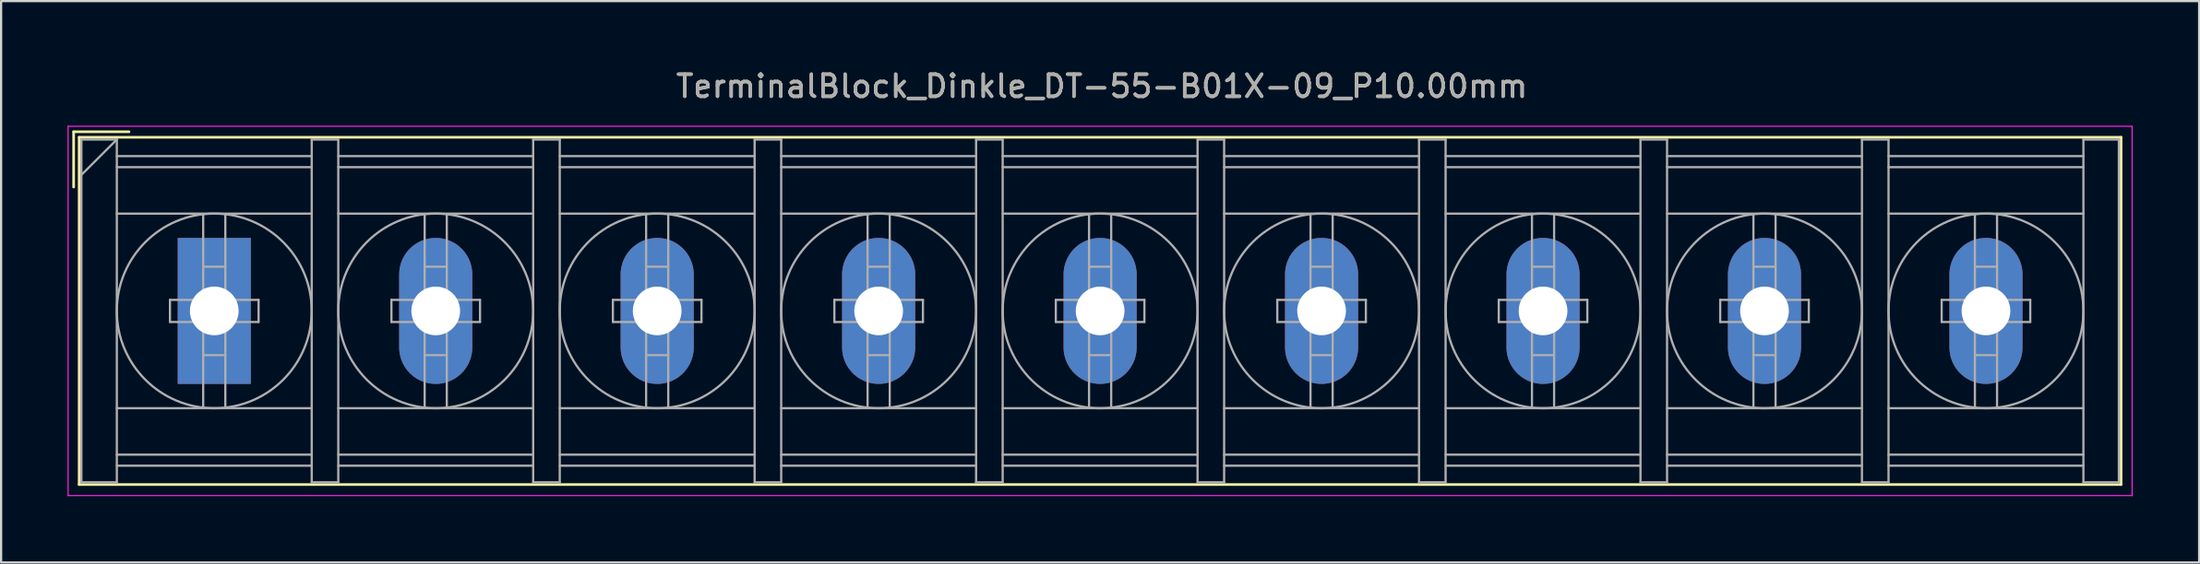
<source format=kicad_pcb>
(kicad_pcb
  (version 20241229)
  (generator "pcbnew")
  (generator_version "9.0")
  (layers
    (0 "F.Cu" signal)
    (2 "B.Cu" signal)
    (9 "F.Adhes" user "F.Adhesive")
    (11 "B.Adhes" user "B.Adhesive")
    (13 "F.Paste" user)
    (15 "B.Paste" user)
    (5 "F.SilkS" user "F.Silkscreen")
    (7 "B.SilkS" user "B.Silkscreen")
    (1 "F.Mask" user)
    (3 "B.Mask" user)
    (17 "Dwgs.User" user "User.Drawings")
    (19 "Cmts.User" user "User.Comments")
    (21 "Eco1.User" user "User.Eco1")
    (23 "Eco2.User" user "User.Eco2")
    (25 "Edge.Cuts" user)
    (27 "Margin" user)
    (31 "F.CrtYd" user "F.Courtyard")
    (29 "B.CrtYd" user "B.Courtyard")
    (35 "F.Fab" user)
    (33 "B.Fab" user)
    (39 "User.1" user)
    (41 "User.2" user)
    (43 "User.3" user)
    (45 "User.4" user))
  (footprint "TerminalBlock_Dinkle_DT-55-B01X-09_P10.00mm"
    (layer "F.Cu")
    (at 6.625 11.008)
    (property "Reference" "TerminalBlock_Dinkle_DT-55-B01X-09_P10.00mm" (at 40.08 -10.16 0) (layer "F.SilkS") (effects (font (size 1 1) (thickness 0.15))))
    (attr through_hole)
    (fp_line (start -6.35 -8.1) (end -3.85 -8.1) (stroke (width 0.12) (type solid)) (layer "F.SilkS"))
    (fp_line (start -6.35 -5.6) (end -6.35 -8.1) (stroke (width 0.12) (type solid)) (layer "F.SilkS"))
    (fp_line (start -6.1 -7.85) (end 86.1 -7.85) (stroke (width 0.12) (type solid)) (layer "F.SilkS"))
    (fp_line (start -6.1 7.85) (end -6.1 -7.85) (stroke (width 0.12) (type solid)) (layer "F.SilkS"))
    (fp_line (start -6.1 7.85) (end 86.1 7.85) (stroke (width 0.12) (type solid)) (layer "F.SilkS"))
    (fp_line (start 86.1 -7.85) (end 86.1 7.85) (stroke (width 0.12) (type solid)) (layer "F.SilkS"))
    (fp_line (start -6.6 -8.35) (end 86.6 -8.35) (stroke (width 0.05) (type solid)) (layer "F.CrtYd"))
    (fp_line (start -6.6 8.35) (end -6.6 -8.35) (stroke (width 0.05) (type solid)) (layer "F.CrtYd"))
    (fp_line (start -6.6 8.35) (end 86.6 8.35) (stroke (width 0.05) (type solid)) (layer "F.CrtYd"))
    (fp_line (start 86.6 -8.35) (end 86.6 8.35) (stroke (width 0.05) (type solid)) (layer "F.CrtYd"))
    (fp_line (start -6 -7.75) (end -6 7.75) (stroke (width 0.1) (type solid)) (layer "F.Fab"))
    (fp_line (start -6 -7.75) (end -4.4 -7.75) (stroke (width 0.1) (type solid)) (layer "F.Fab"))
    (fp_line (start -6 7.75) (end -4.4 7.75) (stroke (width 0.1) (type solid)) (layer "F.Fab"))
    (fp_line (start -4.4 -7.75) (end -6 -6.15) (stroke (width 0.1) (type solid)) (layer "F.Fab"))
    (fp_line (start -4.4 -7.75) (end -4.4 7.75) (stroke (width 0.1) (type solid)) (layer "F.Fab"))
    (fp_line (start -4.4 -7) (end 4.4 -7) (stroke (width 0.1) (type solid)) (layer "F.Fab"))
    (fp_line (start -4.4 -6.5) (end 4.4 -6.5) (stroke (width 0.1) (type solid)) (layer "F.Fab"))
    (fp_line (start -4.4 -4.4) (end 4.4 -4.4) (stroke (width 0.1) (type solid)) (layer "F.Fab"))
    (fp_line (start -4.4 4.4) (end 4.4 4.4) (stroke (width 0.1) (type solid)) (layer "F.Fab"))
    (fp_line (start -4.4 6.5) (end 4.4 6.5) (stroke (width 0.1) (type solid)) (layer "F.Fab"))
    (fp_line (start -4.4 7) (end 4.4 7) (stroke (width 0.1) (type solid)) (layer "F.Fab"))
    (fp_line (start -2 -0.5) (end -2 0.5) (stroke (width 0.1) (type solid)) (layer "F.Fab"))
    (fp_line (start -2 0.5) (end -0.5 0.5) (stroke (width 0.1) (type solid)) (layer "F.Fab"))
    (fp_line (start -0.5 -4.35) (end -0.5 -0.5) (stroke (width 0.1) (type solid)) (layer "F.Fab"))
    (fp_line (start -0.5 -2) (end 0.5 -2) (stroke (width 0.1) (type solid)) (layer "F.Fab"))
    (fp_line (start -0.5 -0.5) (end -2 -0.5) (stroke (width 0.1) (type solid)) (layer "F.Fab"))
    (fp_line (start -0.5 0.5) (end -0.5 4.35) (stroke (width 0.1) (type solid)) (layer "F.Fab"))
    (fp_line (start -0.5 2) (end 0.5 2) (stroke (width 0.1) (type solid)) (layer "F.Fab"))
    (fp_line (start 0.5 -4.35) (end 0.5 -0.5) (stroke (width 0.1) (type solid)) (layer "F.Fab"))
    (fp_line (start 0.5 -0.5) (end 2 -0.5) (stroke (width 0.1) (type solid)) (layer "F.Fab"))
    (fp_line (start 0.5 0.5) (end 0.5 4.35) (stroke (width 0.1) (type solid)) (layer "F.Fab"))
    (fp_line (start 2 -0.5) (end 2 0.5) (stroke (width 0.1) (type solid)) (layer "F.Fab"))
    (fp_line (start 2 0.5) (end 0.5 0.5) (stroke (width 0.1) (type solid)) (layer "F.Fab"))
    (fp_line (start 4.4 -7.75) (end 4.4 7.75) (stroke (width 0.1) (type solid)) (layer "F.Fab"))
    (fp_line (start 4.4 -7.75) (end 5.6 -7.75) (stroke (width 0.1) (type solid)) (layer "F.Fab"))
    (fp_line (start 4.4 7.75) (end 5.6 7.75) (stroke (width 0.1) (type solid)) (layer "F.Fab"))
    (fp_line (start 5.6 -7.75) (end 5.6 7.75) (stroke (width 0.1) (type solid)) (layer "F.Fab"))
    (fp_line (start 5.6 -7) (end 14.4 -7) (stroke (width 0.1) (type solid)) (layer "F.Fab"))
    (fp_line (start 5.6 -6.5) (end 14.4 -6.5) (stroke (width 0.1) (type solid)) (layer "F.Fab"))
    (fp_line (start 5.6 -4.4) (end 14.4 -4.4) (stroke (width 0.1) (type solid)) (layer "F.Fab"))
    (fp_line (start 5.6 4.4) (end 14.4 4.4) (stroke (width 0.1) (type solid)) (layer "F.Fab"))
    (fp_line (start 5.6 6.5) (end 14.4 6.5) (stroke (width 0.1) (type solid)) (layer "F.Fab"))
    (fp_line (start 5.6 7) (end 14.4 7) (stroke (width 0.1) (type solid)) (layer "F.Fab"))
    (fp_line (start 8 -0.5) (end 8 0.5) (stroke (width 0.1) (type solid)) (layer "F.Fab"))
    (fp_line (start 8 0.5) (end 9.5 0.5) (stroke (width 0.1) (type solid)) (layer "F.Fab"))
    (fp_line (start 9.5 -4.35) (end 9.5 -0.5) (stroke (width 0.1) (type solid)) (layer "F.Fab"))
    (fp_line (start 9.5 -2) (end 10.5 -2) (stroke (width 0.1) (type solid)) (layer "F.Fab"))
    (fp_line (start 9.5 -0.5) (end 8 -0.5) (stroke (width 0.1) (type solid)) (layer "F.Fab"))
    (fp_line (start 9.5 0.5) (end 9.5 4.35) (stroke (width 0.1) (type solid)) (layer "F.Fab"))
    (fp_line (start 9.5 2) (end 10.5 2) (stroke (width 0.1) (type solid)) (layer "F.Fab"))
    (fp_line (start 10.5 -4.35) (end 10.5 -0.5) (stroke (width 0.1) (type solid)) (layer "F.Fab"))
    (fp_line (start 10.5 -0.5) (end 12 -0.5) (stroke (width 0.1) (type solid)) (layer "F.Fab"))
    (fp_line (start 10.5 0.5) (end 10.5 4.35) (stroke (width 0.1) (type solid)) (layer "F.Fab"))
    (fp_line (start 12 -0.5) (end 12 0.5) (stroke (width 0.1) (type solid)) (layer "F.Fab"))
    (fp_line (start 12 0.5) (end 10.5 0.5) (stroke (width 0.1) (type solid)) (layer "F.Fab"))
    (fp_line (start 14.4 -7.75) (end 14.4 7.75) (stroke (width 0.1) (type solid)) (layer "F.Fab"))
    (fp_line (start 14.4 -7.75) (end 15.6 -7.75) (stroke (width 0.1) (type solid)) (layer "F.Fab"))
    (fp_line (start 14.4 7.75) (end 15.6 7.75) (stroke (width 0.1) (type solid)) (layer "F.Fab"))
    (fp_line (start 15.6 -7.75) (end 15.6 7.75) (stroke (width 0.1) (type solid)) (layer "F.Fab"))
    (fp_line (start 15.6 -7) (end 24.4 -7) (stroke (width 0.1) (type solid)) (layer "F.Fab"))
    (fp_line (start 15.6 -6.5) (end 24.4 -6.5) (stroke (width 0.1) (type solid)) (layer "F.Fab"))
    (fp_line (start 15.6 -4.4) (end 24.4 -4.4) (stroke (width 0.1) (type solid)) (layer "F.Fab"))
    (fp_line (start 15.6 4.4) (end 24.4 4.4) (stroke (width 0.1) (type solid)) (layer "F.Fab"))
    (fp_line (start 15.6 6.5) (end 24.4 6.5) (stroke (width 0.1) (type solid)) (layer "F.Fab"))
    (fp_line (start 15.6 7) (end 24.4 7) (stroke (width 0.1) (type solid)) (layer "F.Fab"))
    (fp_line (start 18 -0.5) (end 18 0.5) (stroke (width 0.1) (type solid)) (layer "F.Fab"))
    (fp_line (start 18 0.5) (end 19.5 0.5) (stroke (width 0.1) (type solid)) (layer "F.Fab"))
    (fp_line (start 19.5 -4.35) (end 19.5 -0.5) (stroke (width 0.1) (type solid)) (layer "F.Fab"))
    (fp_line (start 19.5 -2) (end 20.5 -2) (stroke (width 0.1) (type solid)) (layer "F.Fab"))
    (fp_line (start 19.5 -0.5) (end 18 -0.5) (stroke (width 0.1) (type solid)) (layer "F.Fab"))
    (fp_line (start 19.5 0.5) (end 19.5 4.35) (stroke (width 0.1) (type solid)) (layer "F.Fab"))
    (fp_line (start 19.5 2) (end 20.5 2) (stroke (width 0.1) (type solid)) (layer "F.Fab"))
    (fp_line (start 20.5 -4.35) (end 20.5 -0.5) (stroke (width 0.1) (type solid)) (layer "F.Fab"))
    (fp_line (start 20.5 -0.5) (end 22 -0.5) (stroke (width 0.1) (type solid)) (layer "F.Fab"))
    (fp_line (start 20.5 0.5) (end 20.5 4.35) (stroke (width 0.1) (type solid)) (layer "F.Fab"))
    (fp_line (start 22 -0.5) (end 22 0.5) (stroke (width 0.1) (type solid)) (layer "F.Fab"))
    (fp_line (start 22 0.5) (end 20.5 0.5) (stroke (width 0.1) (type solid)) (layer "F.Fab"))
    (fp_line (start 24.4 -7.75) (end 24.4 7.75) (stroke (width 0.1) (type solid)) (layer "F.Fab"))
    (fp_line (start 24.4 -7.75) (end 25.6 -7.75) (stroke (width 0.1) (type solid)) (layer "F.Fab"))
    (fp_line (start 24.4 7.75) (end 25.6 7.75) (stroke (width 0.1) (type solid)) (layer "F.Fab"))
    (fp_line (start 25.6 -7.75) (end 25.6 7.75) (stroke (width 0.1) (type solid)) (layer "F.Fab"))
    (fp_line (start 25.6 -7) (end 34.4 -7) (stroke (width 0.1) (type solid)) (layer "F.Fab"))
    (fp_line (start 25.6 -6.5) (end 34.4 -6.5) (stroke (width 0.1) (type solid)) (layer "F.Fab"))
    (fp_line (start 25.6 -4.4) (end 34.4 -4.4) (stroke (width 0.1) (type solid)) (layer "F.Fab"))
    (fp_line (start 25.6 4.4) (end 34.4 4.4) (stroke (width 0.1) (type solid)) (layer "F.Fab"))
    (fp_line (start 25.6 6.5) (end 34.4 6.5) (stroke (width 0.1) (type solid)) (layer "F.Fab"))
    (fp_line (start 25.6 7) (end 34.4 7) (stroke (width 0.1) (type solid)) (layer "F.Fab"))
    (fp_line (start 28 -0.5) (end 28 0.5) (stroke (width 0.1) (type solid)) (layer "F.Fab"))
    (fp_line (start 28 0.5) (end 29.5 0.5) (stroke (width 0.1) (type solid)) (layer "F.Fab"))
    (fp_line (start 29.5 -4.35) (end 29.5 -0.5) (stroke (width 0.1) (type solid)) (layer "F.Fab"))
    (fp_line (start 29.5 -2) (end 30.5 -2) (stroke (width 0.1) (type solid)) (layer "F.Fab"))
    (fp_line (start 29.5 -0.5) (end 28 -0.5) (stroke (width 0.1) (type solid)) (layer "F.Fab"))
    (fp_line (start 29.5 0.5) (end 29.5 4.35) (stroke (width 0.1) (type solid)) (layer "F.Fab"))
    (fp_line (start 29.5 2) (end 30.5 2) (stroke (width 0.1) (type solid)) (layer "F.Fab"))
    (fp_line (start 30.5 -4.35) (end 30.5 -0.5) (stroke (width 0.1) (type solid)) (layer "F.Fab"))
    (fp_line (start 30.5 -0.5) (end 32 -0.5) (stroke (width 0.1) (type solid)) (layer "F.Fab"))
    (fp_line (start 30.5 0.5) (end 30.5 4.35) (stroke (width 0.1) (type solid)) (layer "F.Fab"))
    (fp_line (start 32 -0.5) (end 32 0.5) (stroke (width 0.1) (type solid)) (layer "F.Fab"))
    (fp_line (start 32 0.5) (end 30.5 0.5) (stroke (width 0.1) (type solid)) (layer "F.Fab"))
    (fp_line (start 34.4 -7.75) (end 34.4 7.75) (stroke (width 0.1) (type solid)) (layer "F.Fab"))
    (fp_line (start 34.4 -7.75) (end 35.6 -7.75) (stroke (width 0.1) (type solid)) (layer "F.Fab"))
    (fp_line (start 34.4 7.75) (end 35.6 7.75) (stroke (width 0.1) (type solid)) (layer "F.Fab"))
    (fp_line (start 35.6 -7.75) (end 35.6 7.75) (stroke (width 0.1) (type solid)) (layer "F.Fab"))
    (fp_line (start 35.6 -7) (end 44.4 -7) (stroke (width 0.1) (type solid)) (layer "F.Fab"))
    (fp_line (start 35.6 -6.5) (end 44.4 -6.5) (stroke (width 0.1) (type solid)) (layer "F.Fab"))
    (fp_line (start 35.6 -4.4) (end 44.4 -4.4) (stroke (width 0.1) (type solid)) (layer "F.Fab"))
    (fp_line (start 35.6 4.4) (end 44.4 4.4) (stroke (width 0.1) (type solid)) (layer "F.Fab"))
    (fp_line (start 35.6 6.5) (end 44.4 6.5) (stroke (width 0.1) (type solid)) (layer "F.Fab"))
    (fp_line (start 35.6 7) (end 44.4 7) (stroke (width 0.1) (type solid)) (layer "F.Fab"))
    (fp_line (start 38 -0.5) (end 38 0.5) (stroke (width 0.1) (type solid)) (layer "F.Fab"))
    (fp_line (start 38 0.5) (end 39.5 0.5) (stroke (width 0.1) (type solid)) (layer "F.Fab"))
    (fp_line (start 39.5 -4.35) (end 39.5 -0.5) (stroke (width 0.1) (type solid)) (layer "F.Fab"))
    (fp_line (start 39.5 -2) (end 40.5 -2) (stroke (width 0.1) (type solid)) (layer "F.Fab"))
    (fp_line (start 39.5 -0.5) (end 38 -0.5) (stroke (width 0.1) (type solid)) (layer "F.Fab"))
    (fp_line (start 39.5 0.5) (end 39.5 4.35) (stroke (width 0.1) (type solid)) (layer "F.Fab"))
    (fp_line (start 39.5 2) (end 40.5 2) (stroke (width 0.1) (type solid)) (layer "F.Fab"))
    (fp_line (start 40.5 -4.35) (end 40.5 -0.5) (stroke (width 0.1) (type solid)) (layer "F.Fab"))
    (fp_line (start 40.5 -0.5) (end 42 -0.5) (stroke (width 0.1) (type solid)) (layer "F.Fab"))
    (fp_line (start 40.5 0.5) (end 40.5 4.35) (stroke (width 0.1) (type solid)) (layer "F.Fab"))
    (fp_line (start 42 -0.5) (end 42 0.5) (stroke (width 0.1) (type solid)) (layer "F.Fab"))
    (fp_line (start 42 0.5) (end 40.5 0.5) (stroke (width 0.1) (type solid)) (layer "F.Fab"))
    (fp_line (start 44.4 -7.75) (end 44.4 7.75) (stroke (width 0.1) (type solid)) (layer "F.Fab"))
    (fp_line (start 44.4 -7.75) (end 45.6 -7.75) (stroke (width 0.1) (type solid)) (layer "F.Fab"))
    (fp_line (start 44.4 7.75) (end 45.6 7.75) (stroke (width 0.1) (type solid)) (layer "F.Fab"))
    (fp_line (start 45.6 -7.75) (end 45.6 7.75) (stroke (width 0.1) (type solid)) (layer "F.Fab"))
    (fp_line (start 45.6 -7) (end 54.4 -7) (stroke (width 0.1) (type solid)) (layer "F.Fab"))
    (fp_line (start 45.6 -6.5) (end 54.4 -6.5) (stroke (width 0.1) (type solid)) (layer "F.Fab"))
    (fp_line (start 45.6 -4.4) (end 54.4 -4.4) (stroke (width 0.1) (type solid)) (layer "F.Fab"))
    (fp_line (start 45.6 4.4) (end 54.4 4.4) (stroke (width 0.1) (type solid)) (layer "F.Fab"))
    (fp_line (start 45.6 6.5) (end 54.4 6.5) (stroke (width 0.1) (type solid)) (layer "F.Fab"))
    (fp_line (start 45.6 7) (end 54.4 7) (stroke (width 0.1) (type solid)) (layer "F.Fab"))
    (fp_line (start 48 -0.5) (end 48 0.5) (stroke (width 0.1) (type solid)) (layer "F.Fab"))
    (fp_line (start 48 0.5) (end 49.5 0.5) (stroke (width 0.1) (type solid)) (layer "F.Fab"))
    (fp_line (start 49.5 -4.35) (end 49.5 -0.5) (stroke (width 0.1) (type solid)) (layer "F.Fab"))
    (fp_line (start 49.5 -2) (end 50.5 -2) (stroke (width 0.1) (type solid)) (layer "F.Fab"))
    (fp_line (start 49.5 -0.5) (end 48 -0.5) (stroke (width 0.1) (type solid)) (layer "F.Fab"))
    (fp_line (start 49.5 0.5) (end 49.5 4.35) (stroke (width 0.1) (type solid)) (layer "F.Fab"))
    (fp_line (start 49.5 2) (end 50.5 2) (stroke (width 0.1) (type solid)) (layer "F.Fab"))
    (fp_line (start 50.5 -4.35) (end 50.5 -0.5) (stroke (width 0.1) (type solid)) (layer "F.Fab"))
    (fp_line (start 50.5 -0.5) (end 52 -0.5) (stroke (width 0.1) (type solid)) (layer "F.Fab"))
    (fp_line (start 50.5 0.5) (end 50.5 4.35) (stroke (width 0.1) (type solid)) (layer "F.Fab"))
    (fp_line (start 52 -0.5) (end 52 0.5) (stroke (width 0.1) (type solid)) (layer "F.Fab"))
    (fp_line (start 52 0.5) (end 50.5 0.5) (stroke (width 0.1) (type solid)) (layer "F.Fab"))
    (fp_line (start 54.4 -7.75) (end 54.4 7.75) (stroke (width 0.1) (type solid)) (layer "F.Fab"))
    (fp_line (start 54.4 -7.75) (end 55.6 -7.75) (stroke (width 0.1) (type solid)) (layer "F.Fab"))
    (fp_line (start 54.4 7.75) (end 55.6 7.75) (stroke (width 0.1) (type solid)) (layer "F.Fab"))
    (fp_line (start 55.6 -7.75) (end 55.6 7.75) (stroke (width 0.1) (type solid)) (layer "F.Fab"))
    (fp_line (start 55.6 -7) (end 64.4 -7) (stroke (width 0.1) (type solid)) (layer "F.Fab"))
    (fp_line (start 55.6 -6.5) (end 64.4 -6.5) (stroke (width 0.1) (type solid)) (layer "F.Fab"))
    (fp_line (start 55.6 -4.4) (end 64.4 -4.4) (stroke (width 0.1) (type solid)) (layer "F.Fab"))
    (fp_line (start 55.6 4.4) (end 64.4 4.4) (stroke (width 0.1) (type solid)) (layer "F.Fab"))
    (fp_line (start 55.6 6.5) (end 64.4 6.5) (stroke (width 0.1) (type solid)) (layer "F.Fab"))
    (fp_line (start 55.6 7) (end 64.4 7) (stroke (width 0.1) (type solid)) (layer "F.Fab"))
    (fp_line (start 58 -0.5) (end 58 0.5) (stroke (width 0.1) (type solid)) (layer "F.Fab"))
    (fp_line (start 58 0.5) (end 59.5 0.5) (stroke (width 0.1) (type solid)) (layer "F.Fab"))
    (fp_line (start 59.5 -4.35) (end 59.5 -0.5) (stroke (width 0.1) (type solid)) (layer "F.Fab"))
    (fp_line (start 59.5 -2) (end 60.5 -2) (stroke (width 0.1) (type solid)) (layer "F.Fab"))
    (fp_line (start 59.5 -0.5) (end 58 -0.5) (stroke (width 0.1) (type solid)) (layer "F.Fab"))
    (fp_line (start 59.5 0.5) (end 59.5 4.35) (stroke (width 0.1) (type solid)) (layer "F.Fab"))
    (fp_line (start 59.5 2) (end 60.5 2) (stroke (width 0.1) (type solid)) (layer "F.Fab"))
    (fp_line (start 60.5 -4.35) (end 60.5 -0.5) (stroke (width 0.1) (type solid)) (layer "F.Fab"))
    (fp_line (start 60.5 -0.5) (end 62 -0.5) (stroke (width 0.1) (type solid)) (layer "F.Fab"))
    (fp_line (start 60.5 0.5) (end 60.5 4.35) (stroke (width 0.1) (type solid)) (layer "F.Fab"))
    (fp_line (start 62 -0.5) (end 62 0.5) (stroke (width 0.1) (type solid)) (layer "F.Fab"))
    (fp_line (start 62 0.5) (end 60.5 0.5) (stroke (width 0.1) (type solid)) (layer "F.Fab"))
    (fp_line (start 64.4 -7.75) (end 64.4 7.75) (stroke (width 0.1) (type solid)) (layer "F.Fab"))
    (fp_line (start 64.4 -7.75) (end 65.6 -7.75) (stroke (width 0.1) (type solid)) (layer "F.Fab"))
    (fp_line (start 64.4 7.75) (end 65.6 7.75) (stroke (width 0.1) (type solid)) (layer "F.Fab"))
    (fp_line (start 65.6 -7.75) (end 65.6 7.75) (stroke (width 0.1) (type solid)) (layer "F.Fab"))
    (fp_line (start 65.6 -7) (end 74.4 -7) (stroke (width 0.1) (type solid)) (layer "F.Fab"))
    (fp_line (start 65.6 -6.5) (end 74.4 -6.5) (stroke (width 0.1) (type solid)) (layer "F.Fab"))
    (fp_line (start 65.6 -4.4) (end 74.4 -4.4) (stroke (width 0.1) (type solid)) (layer "F.Fab"))
    (fp_line (start 65.6 4.4) (end 74.4 4.4) (stroke (width 0.1) (type solid)) (layer "F.Fab"))
    (fp_line (start 65.6 6.5) (end 74.4 6.5) (stroke (width 0.1) (type solid)) (layer "F.Fab"))
    (fp_line (start 65.6 7) (end 74.4 7) (stroke (width 0.1) (type solid)) (layer "F.Fab"))
    (fp_line (start 68 -0.5) (end 68 0.5) (stroke (width 0.1) (type solid)) (layer "F.Fab"))
    (fp_line (start 68 0.5) (end 69.5 0.5) (stroke (width 0.1) (type solid)) (layer "F.Fab"))
    (fp_line (start 69.5 -4.35) (end 69.5 -0.5) (stroke (width 0.1) (type solid)) (layer "F.Fab"))
    (fp_line (start 69.5 -2) (end 70.5 -2) (stroke (width 0.1) (type solid)) (layer "F.Fab"))
    (fp_line (start 69.5 -0.5) (end 68 -0.5) (stroke (width 0.1) (type solid)) (layer "F.Fab"))
    (fp_line (start 69.5 0.5) (end 69.5 4.35) (stroke (width 0.1) (type solid)) (layer "F.Fab"))
    (fp_line (start 69.5 2) (end 70.5 2) (stroke (width 0.1) (type solid)) (layer "F.Fab"))
    (fp_line (start 70.5 -4.35) (end 70.5 -0.5) (stroke (width 0.1) (type solid)) (layer "F.Fab"))
    (fp_line (start 70.5 -0.5) (end 72 -0.5) (stroke (width 0.1) (type solid)) (layer "F.Fab"))
    (fp_line (start 70.5 0.5) (end 70.5 4.35) (stroke (width 0.1) (type solid)) (layer "F.Fab"))
    (fp_line (start 72 -0.5) (end 72 0.5) (stroke (width 0.1) (type solid)) (layer "F.Fab"))
    (fp_line (start 72 0.5) (end 70.5 0.5) (stroke (width 0.1) (type solid)) (layer "F.Fab"))
    (fp_line (start 74.4 -7.75) (end 74.4 7.75) (stroke (width 0.1) (type solid)) (layer "F.Fab"))
    (fp_line (start 74.4 -7.75) (end 75.6 -7.75) (stroke (width 0.1) (type solid)) (layer "F.Fab"))
    (fp_line (start 74.4 7.75) (end 75.6 7.75) (stroke (width 0.1) (type solid)) (layer "F.Fab"))
    (fp_line (start 75.6 -7.75) (end 75.6 7.75) (stroke (width 0.1) (type solid)) (layer "F.Fab"))
    (fp_line (start 75.6 -7) (end 84.4 -7) (stroke (width 0.1) (type solid)) (layer "F.Fab"))
    (fp_line (start 75.6 -6.5) (end 84.4 -6.5) (stroke (width 0.1) (type solid)) (layer "F.Fab"))
    (fp_line (start 75.6 -4.4) (end 84.4 -4.4) (stroke (width 0.1) (type solid)) (layer "F.Fab"))
    (fp_line (start 75.6 4.4) (end 84.4 4.4) (stroke (width 0.1) (type solid)) (layer "F.Fab"))
    (fp_line (start 75.6 6.5) (end 84.4 6.5) (stroke (width 0.1) (type solid)) (layer "F.Fab"))
    (fp_line (start 75.6 7) (end 84.4 7) (stroke (width 0.1) (type solid)) (layer "F.Fab"))
    (fp_line (start 78 -0.5) (end 78 0.5) (stroke (width 0.1) (type solid)) (layer "F.Fab"))
    (fp_line (start 78 0.5) (end 79.5 0.5) (stroke (width 0.1) (type solid)) (layer "F.Fab"))
    (fp_line (start 79.5 -4.35) (end 79.5 -0.5) (stroke (width 0.1) (type solid)) (layer "F.Fab"))
    (fp_line (start 79.5 -2) (end 80.5 -2) (stroke (width 0.1) (type solid)) (layer "F.Fab"))
    (fp_line (start 79.5 -0.5) (end 78 -0.5) (stroke (width 0.1) (type solid)) (layer "F.Fab"))
    (fp_line (start 79.5 0.5) (end 79.5 4.35) (stroke (width 0.1) (type solid)) (layer "F.Fab"))
    (fp_line (start 79.5 2) (end 80.5 2) (stroke (width 0.1) (type solid)) (layer "F.Fab"))
    (fp_line (start 80.5 -4.35) (end 80.5 -0.5) (stroke (width 0.1) (type solid)) (layer "F.Fab"))
    (fp_line (start 80.5 -0.5) (end 82 -0.5) (stroke (width 0.1) (type solid)) (layer "F.Fab"))
    (fp_line (start 80.5 0.5) (end 80.5 4.35) (stroke (width 0.1) (type solid)) (layer "F.Fab"))
    (fp_line (start 82 -0.5) (end 82 0.5) (stroke (width 0.1) (type solid)) (layer "F.Fab"))
    (fp_line (start 82 0.5) (end 80.5 0.5) (stroke (width 0.1) (type solid)) (layer "F.Fab"))
    (fp_line (start 84.4 -7.75) (end 84.4 7.75) (stroke (width 0.1) (type solid)) (layer "F.Fab"))
    (fp_line (start 84.4 -7.75) (end 86 -7.75) (stroke (width 0.1) (type solid)) (layer "F.Fab"))
    (fp_line (start 84.4 7.75) (end 86 7.75) (stroke (width 0.1) (type solid)) (layer "F.Fab"))
    (fp_line (start 86 -7.75) (end 86 7.75) (stroke (width 0.1) (type solid)) (layer "F.Fab"))
    (fp_circle (center 0 0) (end 0.5 0.5) (stroke (width 0.1) (type solid)) (fill no) (layer "F.Fab"))
    (fp_circle (center 0 0) (end 4.4 0) (stroke (width 0.1) (type solid)) (fill no) (layer "F.Fab"))
    (fp_circle (center 10 0) (end 10.5 0.5) (stroke (width 0.1) (type solid)) (fill no) (layer "F.Fab"))
    (fp_circle (center 10 0) (end 14.4 0) (stroke (width 0.1) (type solid)) (fill no) (layer "F.Fab"))
    (fp_circle (center 20 0) (end 20.5 0.5) (stroke (width 0.1) (type solid)) (fill no) (layer "F.Fab"))
    (fp_circle (center 20 0) (end 24.4 0) (stroke (width 0.1) (type solid)) (fill no) (layer "F.Fab"))
    (fp_circle (center 30 0) (end 30.5 0.5) (stroke (width 0.1) (type solid)) (fill no) (layer "F.Fab"))
    (fp_circle (center 30 0) (end 34.4 0) (stroke (width 0.1) (type solid)) (fill no) (layer "F.Fab"))
    (fp_circle (center 40 0) (end 40.5 0.5) (stroke (width 0.1) (type solid)) (fill no) (layer "F.Fab"))
    (fp_circle (center 40 0) (end 44.4 0) (stroke (width 0.1) (type solid)) (fill no) (layer "F.Fab"))
    (fp_circle (center 50 0) (end 50.5 0.5) (stroke (width 0.1) (type solid)) (fill no) (layer "F.Fab"))
    (fp_circle (center 50 0) (end 54.4 0) (stroke (width 0.1) (type solid)) (fill no) (layer "F.Fab"))
    (fp_circle (center 60 0) (end 60.5 0.5) (stroke (width 0.1) (type solid)) (fill no) (layer "F.Fab"))
    (fp_circle (center 60 0) (end 64.4 0) (stroke (width 0.1) (type solid)) (fill no) (layer "F.Fab"))
    (fp_circle (center 70 0) (end 70.5 0.5) (stroke (width 0.1) (type solid)) (fill no) (layer "F.Fab"))
    (fp_circle (center 70 0) (end 74.4 0) (stroke (width 0.1) (type solid)) (fill no) (layer "F.Fab"))
    (fp_circle (center 80 0) (end 80.5 0.5) (stroke (width 0.1) (type solid)) (fill no) (layer "F.Fab"))
    (fp_circle (center 80 0) (end 84.4 0) (stroke (width 0.1) (type solid)) (fill no) (layer "F.Fab"))
    (fp_text user "${REFERENCE}" (at 40.08 -10.16 0) (layer "F.Fab") (effects (font (size 1 1) (thickness 0.15))))
    (pad "1" thru_hole rect (at 0 0) (size 3.3 6.6) (drill 2.2) (layers "*.Cu" "*.Mask"))
    (pad "2" thru_hole oval (at 10 0) (size 3.3 6.6) (drill 2.2) (layers "*.Cu" "*.Mask"))
    (pad "3" thru_hole oval (at 20 0) (size 3.3 6.6) (drill 2.2) (layers "*.Cu" "*.Mask"))
    (pad "4" thru_hole oval (at 30 0) (size 3.3 6.6) (drill 2.2) (layers "*.Cu" "*.Mask"))
    (pad "5" thru_hole oval (at 40 0) (size 3.3 6.6) (drill 2.2) (layers "*.Cu" "*.Mask"))
    (pad "6" thru_hole oval (at 50 0) (size 3.3 6.6) (drill 2.2) (layers "*.Cu" "*.Mask"))
    (pad "7" thru_hole oval (at 60 0) (size 3.3 6.6) (drill 2.2) (layers "*.Cu" "*.Mask"))
    (pad "8" thru_hole oval (at 70 0) (size 3.3 6.6) (drill 2.2) (layers "*.Cu" "*.Mask"))
    (pad "9" thru_hole oval (at 80 0) (size 3.3 6.6) (drill 2.2) (layers "*.Cu" "*.Mask")))
  (gr_rect
    (start -3 -3)
    (end 96.25 22.383)
    (stroke (width 0.1) (type default))
    (fill no)
    (layer "Edge.Cuts")))
</source>
